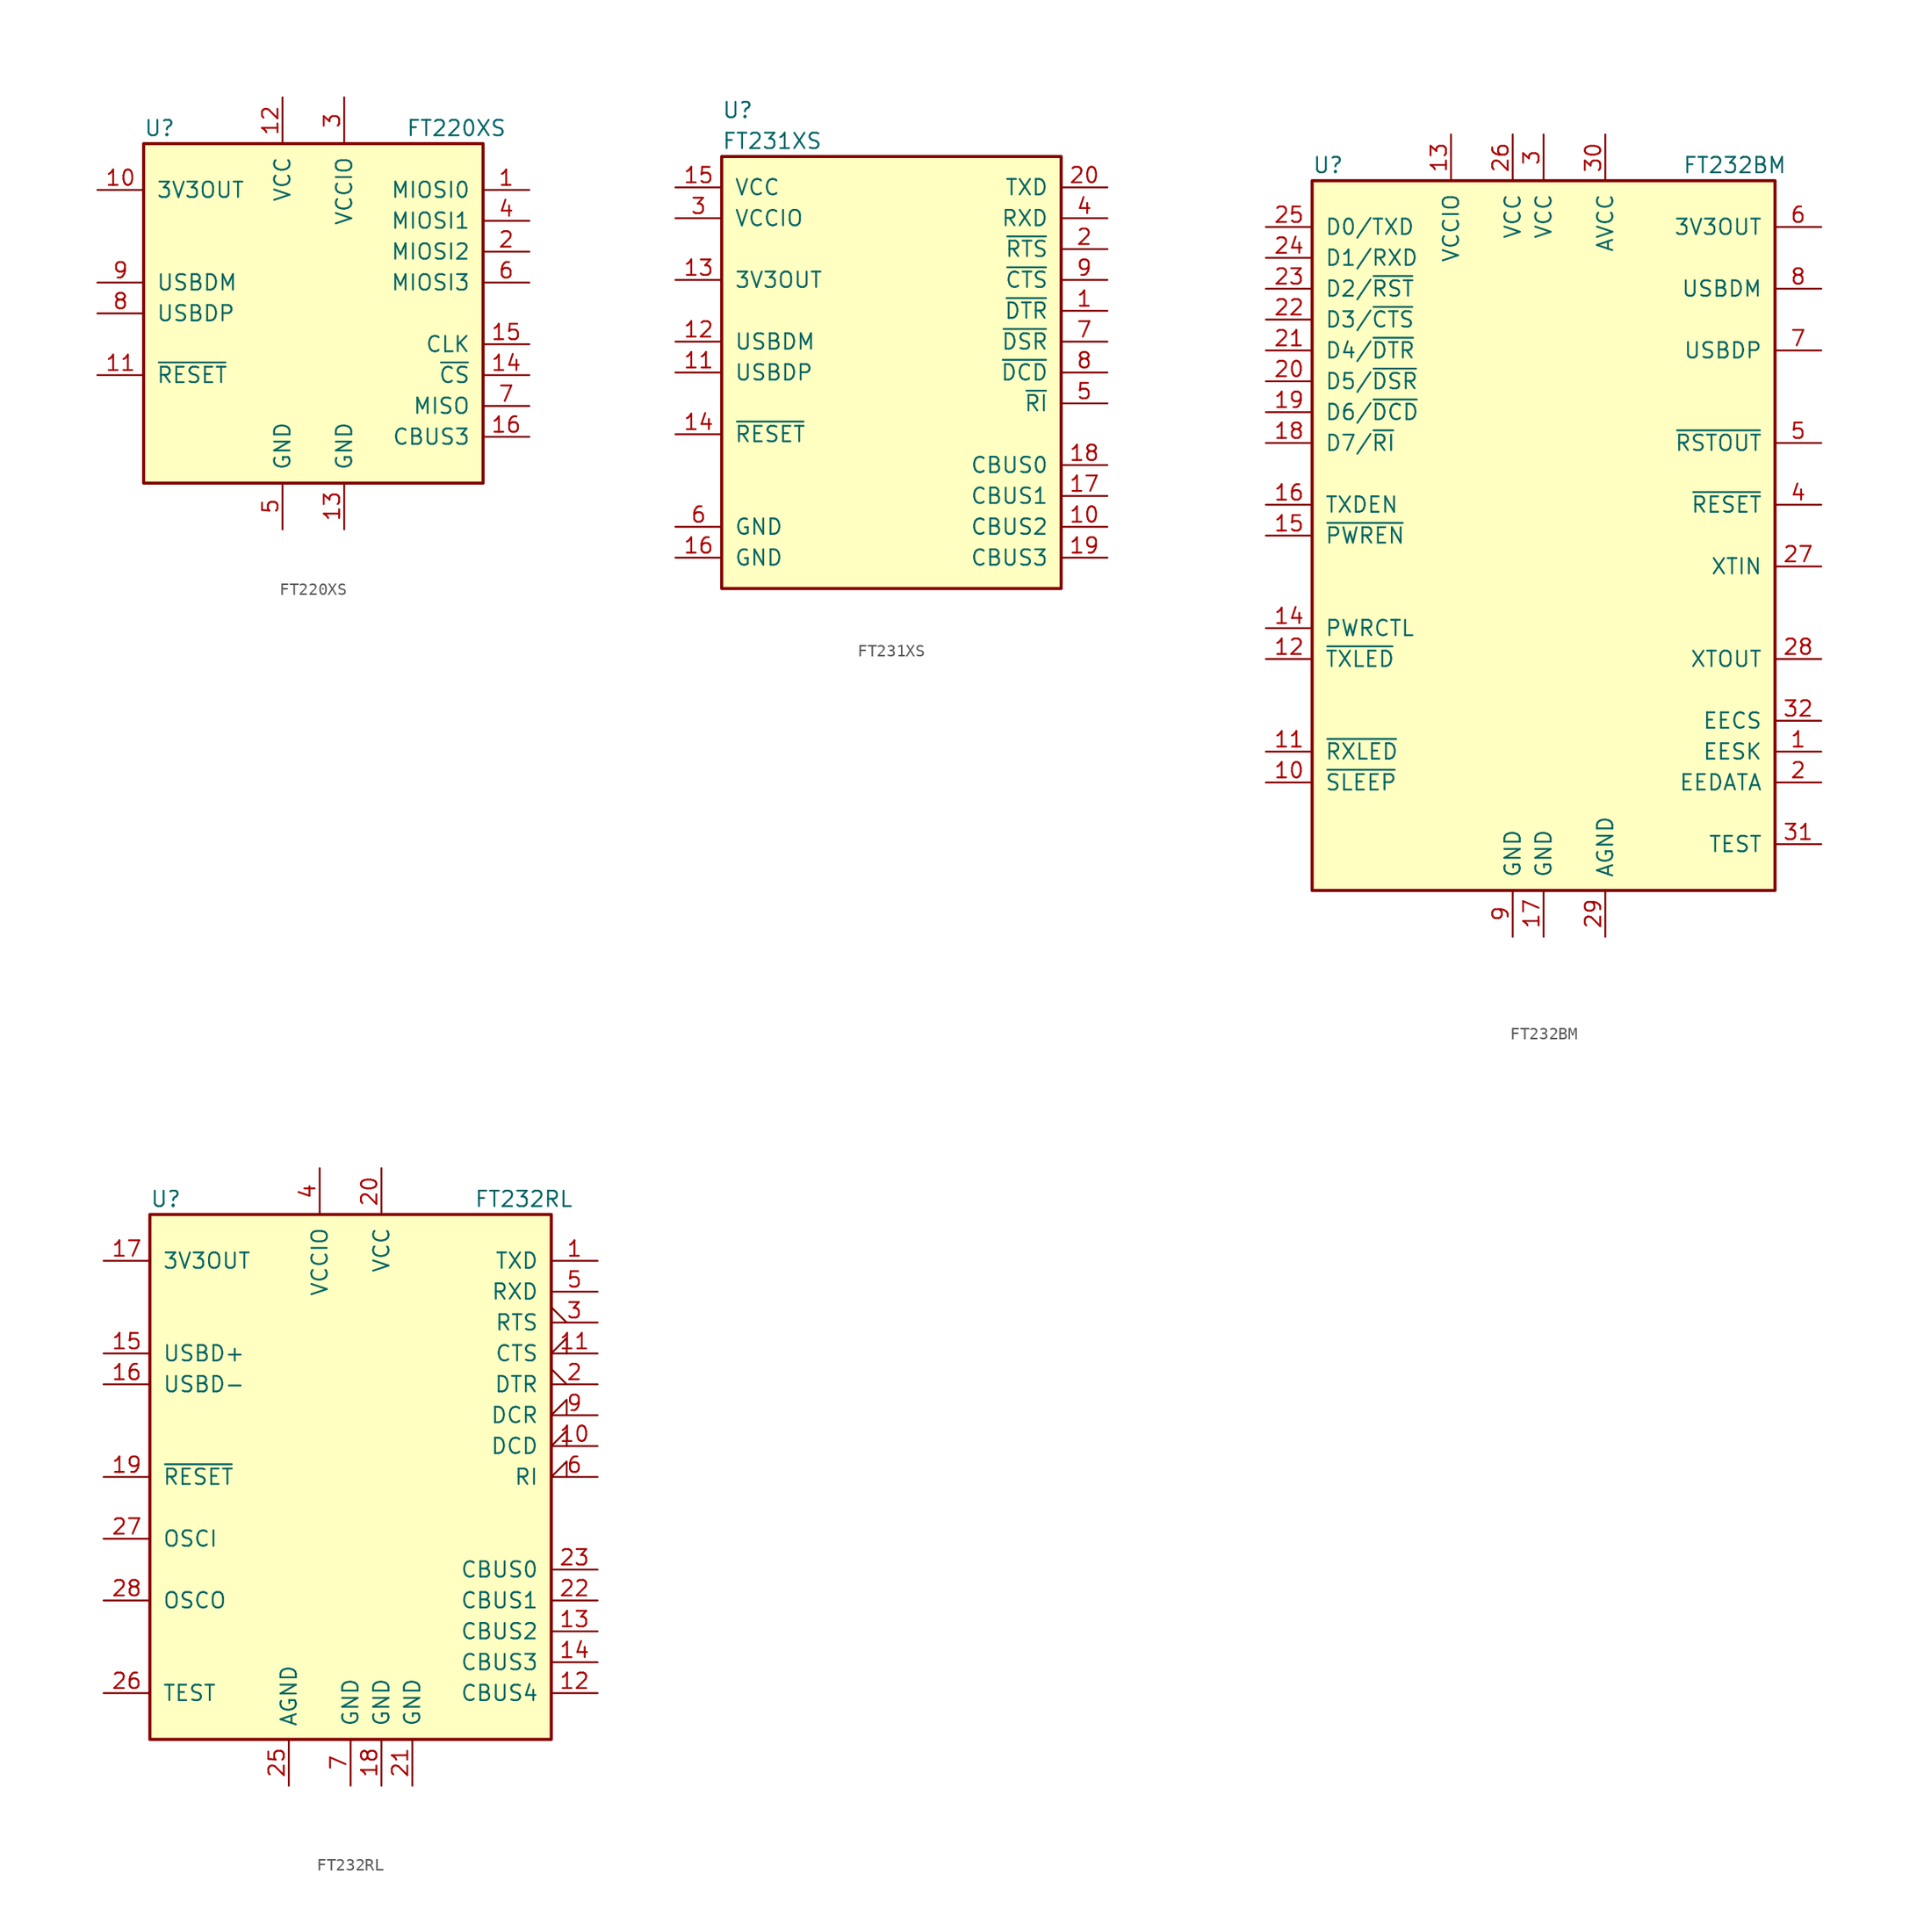
<source format=kicad_sym>
(kicad_symbol_lib
  (version 20220102)
  (generator kicad_symbol_editor)
  (symbol "FT220XS"
    (pin_names
      (offset 1.016))
    (property "Reference" "U"
      (at -13.97 15.24 0)
      (effects (font (size 1.27 1.27)) (justify left)))
    (property "Value" "FT220XS"
      (at 7.62 15.24 0)
      (effects (font (size 1.27 1.27)) (justify left)))
    (symbol "FT220XS_0_1"
      (rectangle (start -13.97 13.97) (end 13.97 -13.97) (stroke (width 0.254) (type default)) (fill (type background))))
    (symbol "FT220XS_1_1"
      (pin input line (at 17.78 10.16 180) (length 3.81) (name "MIOSI0" (effects (font (size 1.27 1.27)))) (number "1" (effects (font (size 1.27 1.27)))))
      (pin power_out line (at -17.78 10.16 0) (length 3.81) (name "3V3OUT" (effects (font (size 1.27 1.27)))) (number "10" (effects (font (size 1.27 1.27)))))
      (pin input line (at -17.78 -5.08 0) (length 3.81) (name "~{RESET}" (effects (font (size 1.27 1.27)))) (number "11" (effects (font (size 1.27 1.27)))))
      (pin power_in line (at -2.54 17.78 270) (length 3.81) (name "VCC" (effects (font (size 1.27 1.27)))) (number "12" (effects (font (size 1.27 1.27)))))
      (pin power_in line (at 2.54 -17.78 90) (length 3.81) (name "GND" (effects (font (size 1.27 1.27)))) (number "13" (effects (font (size 1.27 1.27)))))
      (pin input line (at 17.78 -5.08 180) (length 3.81) (name "~{CS}" (effects (font (size 1.27 1.27)))) (number "14" (effects (font (size 1.27 1.27)))))
      (pin input line (at 17.78 -2.54 180) (length 3.81) (name "CLK" (effects (font (size 1.27 1.27)))) (number "15" (effects (font (size 1.27 1.27)))))
      (pin bidirectional line (at 17.78 -10.16 180) (length 3.81) (name "CBUS3" (effects (font (size 1.27 1.27)))) (number "16" (effects (font (size 1.27 1.27)))))
      (pin input line (at 17.78 5.08 180) (length 3.81) (name "MIOSI2" (effects (font (size 1.27 1.27)))) (number "2" (effects (font (size 1.27 1.27)))))
      (pin power_in line (at 2.54 17.78 270) (length 3.81) (name "VCCIO" (effects (font (size 1.27 1.27)))) (number "3" (effects (font (size 1.27 1.27)))))
      (pin input line (at 17.78 7.62 180) (length 3.81) (name "MIOSI1" (effects (font (size 1.27 1.27)))) (number "4" (effects (font (size 1.27 1.27)))))
      (pin power_in line (at -2.54 -17.78 90) (length 3.81) (name "GND" (effects (font (size 1.27 1.27)))) (number "5" (effects (font (size 1.27 1.27)))))
      (pin input line (at 17.78 2.54 180) (length 3.81) (name "MIOSI3" (effects (font (size 1.27 1.27)))) (number "6" (effects (font (size 1.27 1.27)))))
      (pin input line (at 17.78 -7.62 180) (length 3.81) (name "MISO" (effects (font (size 1.27 1.27)))) (number "7" (effects (font (size 1.27 1.27)))))
      (pin bidirectional line (at -17.78 0 0) (length 3.81) (name "USBDP" (effects (font (size 1.27 1.27)))) (number "8" (effects (font (size 1.27 1.27)))))
      (pin bidirectional line (at -17.78 2.54 0) (length 3.81) (name "USBDM" (effects (font (size 1.27 1.27)))) (number "9" (effects (font (size 1.27 1.27)))))))
  (symbol "FT231XS"
    (pin_names
      (offset 1.016))
    (property "Reference" "U"
      (at -13.97 21.59 0)
      (effects (font (size 1.27 1.27)) (justify left)))
    (property "Value" "FT231XS"
      (at -13.97 19.05 0)
      (effects (font (size 1.27 1.27)) (justify left)))
    (symbol "FT231XS_0_1"
      (rectangle (start -13.97 17.78) (end 13.97 -17.78) (stroke (width 0.254) (type default)) (fill (type background))))
    (symbol "FT231XS_1_1"
      (pin output line (at 17.78 5.08 180) (length 3.81) (name "~{DTR}" (effects (font (size 1.27 1.27)))) (number "1" (effects (font (size 1.27 1.27)))))
      (pin bidirectional line (at 17.78 -12.7 180) (length 3.81) (name "CBUS2" (effects (font (size 1.27 1.27)))) (number "10" (effects (font (size 1.27 1.27)))))
      (pin bidirectional line (at -17.78 0 0) (length 3.81) (name "USBDP" (effects (font (size 1.27 1.27)))) (number "11" (effects (font (size 1.27 1.27)))))
      (pin bidirectional line (at -17.78 2.54 0) (length 3.81) (name "USBDM" (effects (font (size 1.27 1.27)))) (number "12" (effects (font (size 1.27 1.27)))))
      (pin power_out line (at -17.78 7.62 0) (length 3.81) (name "3V3OUT" (effects (font (size 1.27 1.27)))) (number "13" (effects (font (size 1.27 1.27)))))
      (pin input line (at -17.78 -5.08 0) (length 3.81) (name "~{RESET}" (effects (font (size 1.27 1.27)))) (number "14" (effects (font (size 1.27 1.27)))))
      (pin power_in line (at -17.78 15.24 0) (length 3.81) (name "VCC" (effects (font (size 1.27 1.27)))) (number "15" (effects (font (size 1.27 1.27)))))
      (pin power_in line (at -17.78 -15.24 0) (length 3.81) (name "GND" (effects (font (size 1.27 1.27)))) (number "16" (effects (font (size 1.27 1.27)))))
      (pin bidirectional line (at 17.78 -10.16 180) (length 3.81) (name "CBUS1" (effects (font (size 1.27 1.27)))) (number "17" (effects (font (size 1.27 1.27)))))
      (pin bidirectional line (at 17.78 -7.62 180) (length 3.81) (name "CBUS0" (effects (font (size 1.27 1.27)))) (number "18" (effects (font (size 1.27 1.27)))))
      (pin bidirectional line (at 17.78 -15.24 180) (length 3.81) (name "CBUS3" (effects (font (size 1.27 1.27)))) (number "19" (effects (font (size 1.27 1.27)))))
      (pin input line (at 17.78 10.16 180) (length 3.81) (name "~{RTS}" (effects (font (size 1.27 1.27)))) (number "2" (effects (font (size 1.27 1.27)))))
      (pin output line (at 17.78 15.24 180) (length 3.81) (name "TXD" (effects (font (size 1.27 1.27)))) (number "20" (effects (font (size 1.27 1.27)))))
      (pin power_in line (at -17.78 12.7 0) (length 3.81) (name "VCCIO" (effects (font (size 1.27 1.27)))) (number "3" (effects (font (size 1.27 1.27)))))
      (pin input line (at 17.78 12.7 180) (length 3.81) (name "RXD" (effects (font (size 1.27 1.27)))) (number "4" (effects (font (size 1.27 1.27)))))
      (pin input line (at 17.78 -2.54 180) (length 3.81) (name "~{RI}" (effects (font (size 1.27 1.27)))) (number "5" (effects (font (size 1.27 1.27)))))
      (pin power_in line (at -17.78 -12.7 0) (length 3.81) (name "GND" (effects (font (size 1.27 1.27)))) (number "6" (effects (font (size 1.27 1.27)))))
      (pin output line (at 17.78 2.54 180) (length 3.81) (name "~{DSR}" (effects (font (size 1.27 1.27)))) (number "7" (effects (font (size 1.27 1.27)))))
      (pin input line (at 17.78 0 180) (length 3.81) (name "~{DCD}" (effects (font (size 1.27 1.27)))) (number "8" (effects (font (size 1.27 1.27)))))
      (pin input line (at 17.78 7.62 180) (length 3.81) (name "~{CTS}" (effects (font (size 1.27 1.27)))) (number "9" (effects (font (size 1.27 1.27)))))))
  (symbol "FT232BM"
    (pin_names
      (offset 1.016))
    (property "Reference" "U"
      (at -19.05 30.48 0)
      (effects (font (size 1.27 1.27)) (justify left)))
    (property "Value" "FT232BM"
      (at 11.43 30.48 0)
      (effects (font (size 1.27 1.27)) (justify left)))
    (symbol "FT232BM_0_1"
      (rectangle (start -19.05 29.21) (end 19.05 -29.21) (stroke (width 0.254) (type default)) (fill (type background))))
    (symbol "FT232BM_1_1"
      (pin output line (at 22.86 -17.78 180) (length 3.81) (name "EESK" (effects (font (size 1.27 1.27)))) (number "1" (effects (font (size 1.27 1.27)))))
      (pin output line (at -22.86 -20.32 0) (length 3.81) (name "~{SLEEP}" (effects (font (size 1.27 1.27)))) (number "10" (effects (font (size 1.27 1.27)))))
      (pin input line (at -22.86 -17.78 0) (length 3.81) (name "~{RXLED}" (effects (font (size 1.27 1.27)))) (number "11" (effects (font (size 1.27 1.27)))))
      (pin output line (at -22.86 -10.16 0) (length 3.81) (name "~{TXLED}" (effects (font (size 1.27 1.27)))) (number "12" (effects (font (size 1.27 1.27)))))
      (pin power_in line (at -7.62 33.02 270) (length 3.81) (name "VCCIO" (effects (font (size 1.27 1.27)))) (number "13" (effects (font (size 1.27 1.27)))))
      (pin bidirectional line (at -22.86 -7.62 0) (length 3.81) (name "PWRCTL" (effects (font (size 1.27 1.27)))) (number "14" (effects (font (size 1.27 1.27)))))
      (pin input line (at -22.86 0 0) (length 3.81) (name "~{PWREN}" (effects (font (size 1.27 1.27)))) (number "15" (effects (font (size 1.27 1.27)))))
      (pin input line (at -22.86 2.54 0) (length 3.81) (name "TXDEN" (effects (font (size 1.27 1.27)))) (number "16" (effects (font (size 1.27 1.27)))))
      (pin power_in line (at 0 -33.02 90) (length 3.81) (name "GND" (effects (font (size 1.27 1.27)))) (number "17" (effects (font (size 1.27 1.27)))))
      (pin bidirectional line (at -22.86 7.62 0) (length 3.81) (name "D7/~{RI}" (effects (font (size 1.27 1.27)))) (number "18" (effects (font (size 1.27 1.27)))))
      (pin bidirectional line (at -22.86 10.16 0) (length 3.81) (name "D6/~{DCD}" (effects (font (size 1.27 1.27)))) (number "19" (effects (font (size 1.27 1.27)))))
      (pin bidirectional line (at 22.86 -20.32 180) (length 3.81) (name "EEDATA" (effects (font (size 1.27 1.27)))) (number "2" (effects (font (size 1.27 1.27)))))
      (pin bidirectional line (at -22.86 12.7 0) (length 3.81) (name "D5/~{DSR}" (effects (font (size 1.27 1.27)))) (number "20" (effects (font (size 1.27 1.27)))))
      (pin bidirectional line (at -22.86 15.24 0) (length 3.81) (name "D4/~{DTR}" (effects (font (size 1.27 1.27)))) (number "21" (effects (font (size 1.27 1.27)))))
      (pin bidirectional line (at -22.86 17.78 0) (length 3.81) (name "D3/~{CTS}" (effects (font (size 1.27 1.27)))) (number "22" (effects (font (size 1.27 1.27)))))
      (pin bidirectional line (at -22.86 20.32 0) (length 3.81) (name "D2/~{RST}" (effects (font (size 1.27 1.27)))) (number "23" (effects (font (size 1.27 1.27)))))
      (pin bidirectional line (at -22.86 22.86 0) (length 3.81) (name "D1/RXD" (effects (font (size 1.27 1.27)))) (number "24" (effects (font (size 1.27 1.27)))))
      (pin bidirectional line (at -22.86 25.4 0) (length 3.81) (name "D0/TXD" (effects (font (size 1.27 1.27)))) (number "25" (effects (font (size 1.27 1.27)))))
      (pin power_in line (at -2.54 33.02 270) (length 3.81) (name "VCC" (effects (font (size 1.27 1.27)))) (number "26" (effects (font (size 1.27 1.27)))))
      (pin input line (at 22.86 -2.54 180) (length 3.81) (name "XTIN" (effects (font (size 1.27 1.27)))) (number "27" (effects (font (size 1.27 1.27)))))
      (pin output line (at 22.86 -10.16 180) (length 3.81) (name "XTOUT" (effects (font (size 1.27 1.27)))) (number "28" (effects (font (size 1.27 1.27)))))
      (pin power_in line (at 5.08 -33.02 90) (length 3.81) (name "AGND" (effects (font (size 1.27 1.27)))) (number "29" (effects (font (size 1.27 1.27)))))
      (pin power_in line (at 0 33.02 270) (length 3.81) (name "VCC" (effects (font (size 1.27 1.27)))) (number "3" (effects (font (size 1.27 1.27)))))
      (pin input line (at 5.08 33.02 270) (length 3.81) (name "AVCC" (effects (font (size 1.27 1.27)))) (number "30" (effects (font (size 1.27 1.27)))))
      (pin input line (at 22.86 -25.4 180) (length 3.81) (name "TEST" (effects (font (size 1.27 1.27)))) (number "31" (effects (font (size 1.27 1.27)))))
      (pin bidirectional line (at 22.86 -15.24 180) (length 3.81) (name "EECS" (effects (font (size 1.27 1.27)))) (number "32" (effects (font (size 1.27 1.27)))))
      (pin input line (at 22.86 2.54 180) (length 3.81) (name "~{RESET}" (effects (font (size 1.27 1.27)))) (number "4" (effects (font (size 1.27 1.27)))))
      (pin output line (at 22.86 7.62 180) (length 3.81) (name "~{RSTOUT}" (effects (font (size 1.27 1.27)))) (number "5" (effects (font (size 1.27 1.27)))))
      (pin power_out line (at 22.86 25.4 180) (length 3.81) (name "3V3OUT" (effects (font (size 1.27 1.27)))) (number "6" (effects (font (size 1.27 1.27)))))
      (pin bidirectional line (at 22.86 15.24 180) (length 3.81) (name "USBDP" (effects (font (size 1.27 1.27)))) (number "7" (effects (font (size 1.27 1.27)))))
      (pin bidirectional line (at 22.86 20.32 180) (length 3.81) (name "USBDM" (effects (font (size 1.27 1.27)))) (number "8" (effects (font (size 1.27 1.27)))))
      (pin power_in line (at -2.54 -33.02 90) (length 3.81) (name "GND" (effects (font (size 1.27 1.27)))) (number "9" (effects (font (size 1.27 1.27)))))))
  (symbol "FT232RL"
    (pin_names
      (offset 1.016))
    (property "Reference" "U"
      (at -16.51 22.86 0)
      (effects (font (size 1.27 1.27)) (justify left)))
    (property "Value" "FT232RL"
      (at 10.16 22.86 0)
      (effects (font (size 1.27 1.27)) (justify left)))
    (symbol "FT232RL_0_1"
      (rectangle (start -16.51 21.59) (end 16.51 -21.59) (stroke (width 0.254) (type default)) (fill (type background))))
    (symbol "FT232RL_1_1"
      (pin output line (at 20.32 17.78 180) (length 3.81) (name "TXD" (effects (font (size 1.27 1.27)))) (number "1" (effects (font (size 1.27 1.27)))))
      (pin input input_low (at 20.32 2.54 180) (length 3.81) (name "DCD" (effects (font (size 1.27 1.27)))) (number "10" (effects (font (size 1.27 1.27)))))
      (pin input input_low (at 20.32 10.16 180) (length 3.81) (name "CTS" (effects (font (size 1.27 1.27)))) (number "11" (effects (font (size 1.27 1.27)))))
      (pin bidirectional line (at 20.32 -17.78 180) (length 3.81) (name "CBUS4" (effects (font (size 1.27 1.27)))) (number "12" (effects (font (size 1.27 1.27)))))
      (pin bidirectional line (at 20.32 -12.7 180) (length 3.81) (name "CBUS2" (effects (font (size 1.27 1.27)))) (number "13" (effects (font (size 1.27 1.27)))))
      (pin bidirectional line (at 20.32 -15.24 180) (length 3.81) (name "CBUS3" (effects (font (size 1.27 1.27)))) (number "14" (effects (font (size 1.27 1.27)))))
      (pin bidirectional line (at -20.32 10.16 0) (length 3.81) (name "USBD+" (effects (font (size 1.27 1.27)))) (number "15" (effects (font (size 1.27 1.27)))))
      (pin bidirectional line (at -20.32 7.62 0) (length 3.81) (name "USBD-" (effects (font (size 1.27 1.27)))) (number "16" (effects (font (size 1.27 1.27)))))
      (pin input line (at -20.32 17.78 0) (length 3.81) (name "3V3OUT" (effects (font (size 1.27 1.27)))) (number "17" (effects (font (size 1.27 1.27)))))
      (pin power_in line (at 2.54 -25.4 90) (length 3.81) (name "GND" (effects (font (size 1.27 1.27)))) (number "18" (effects (font (size 1.27 1.27)))))
      (pin input line (at -20.32 0 0) (length 3.81) (name "~{RESET}" (effects (font (size 1.27 1.27)))) (number "19" (effects (font (size 1.27 1.27)))))
      (pin output output_low (at 20.32 7.62 180) (length 3.81) (name "DTR" (effects (font (size 1.27 1.27)))) (number "2" (effects (font (size 1.27 1.27)))))
      (pin power_in line (at 2.54 25.4 270) (length 3.81) (name "VCC" (effects (font (size 1.27 1.27)))) (number "20" (effects (font (size 1.27 1.27)))))
      (pin power_in line (at 5.08 -25.4 90) (length 3.81) (name "GND" (effects (font (size 1.27 1.27)))) (number "21" (effects (font (size 1.27 1.27)))))
      (pin output line (at 20.32 -10.16 180) (length 3.81) (name "CBUS1" (effects (font (size 1.27 1.27)))) (number "22" (effects (font (size 1.27 1.27)))))
      (pin bidirectional line (at 20.32 -7.62 180) (length 3.81) (name "CBUS0" (effects (font (size 1.27 1.27)))) (number "23" (effects (font (size 1.27 1.27)))))
      (pin power_in line (at -5.08 -25.4 90) (length 3.81) (name "AGND" (effects (font (size 1.27 1.27)))) (number "25" (effects (font (size 1.27 1.27)))))
      (pin power_in line (at -20.32 -17.78 0) (length 3.81) (name "TEST" (effects (font (size 1.27 1.27)))) (number "26" (effects (font (size 1.27 1.27)))))
      (pin input line (at -20.32 -5.08 0) (length 3.81) (name "OSCI" (effects (font (size 1.27 1.27)))) (number "27" (effects (font (size 1.27 1.27)))))
      (pin output line (at -20.32 -10.16 0) (length 3.81) (name "OSCO" (effects (font (size 1.27 1.27)))) (number "28" (effects (font (size 1.27 1.27)))))
      (pin output output_low (at 20.32 12.7 180) (length 3.81) (name "RTS" (effects (font (size 1.27 1.27)))) (number "3" (effects (font (size 1.27 1.27)))))
      (pin input line (at -2.54 25.4 270) (length 3.81) (name "VCCIO" (effects (font (size 1.27 1.27)))) (number "4" (effects (font (size 1.27 1.27)))))
      (pin input line (at 20.32 15.24 180) (length 3.81) (name "RXD" (effects (font (size 1.27 1.27)))) (number "5" (effects (font (size 1.27 1.27)))))
      (pin input input_low (at 20.32 0 180) (length 3.81) (name "RI" (effects (font (size 1.27 1.27)))) (number "6" (effects (font (size 1.27 1.27)))))
      (pin power_in line (at 0 -25.4 90) (length 3.81) (name "GND" (effects (font (size 1.27 1.27)))) (number "7" (effects (font (size 1.27 1.27)))))
      (pin input input_low (at 20.32 5.08 180) (length 3.81) (name "DCR" (effects (font (size 1.27 1.27)))) (number "9" (effects (font (size 1.27 1.27))))))))
</source>
